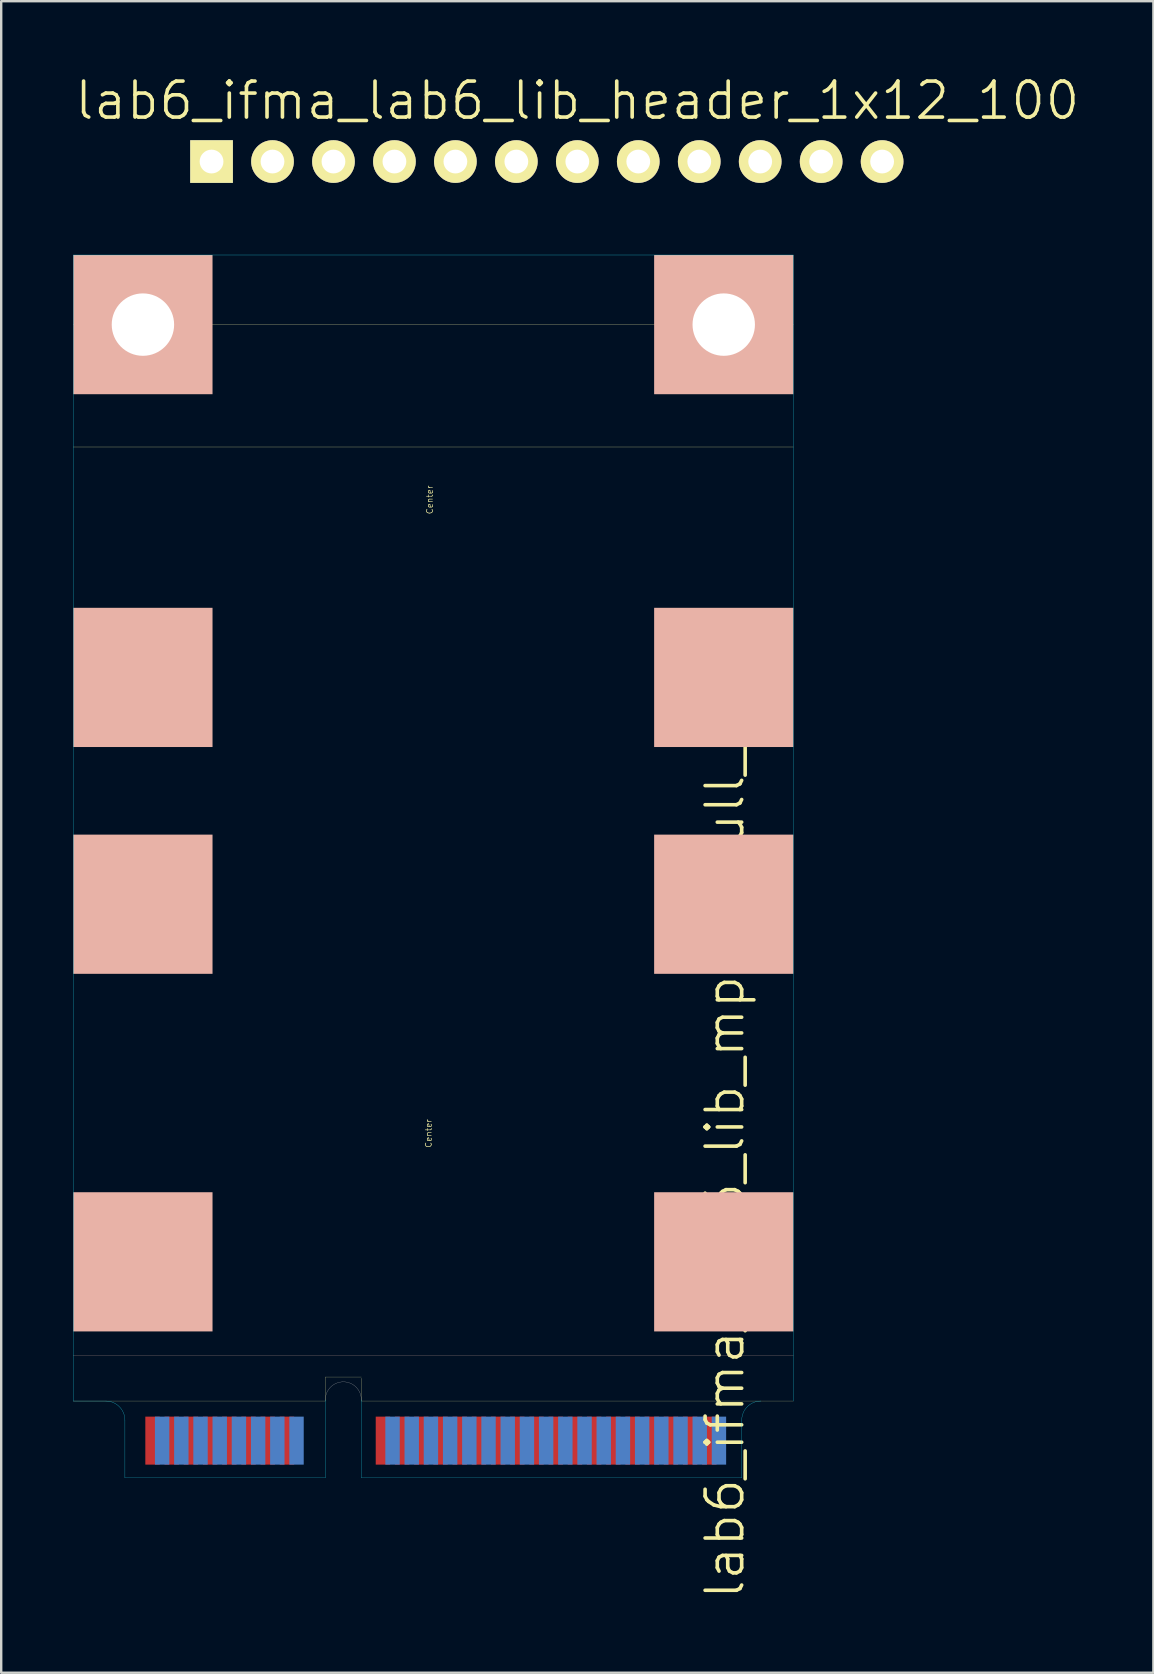
<source format=kicad_pcb>
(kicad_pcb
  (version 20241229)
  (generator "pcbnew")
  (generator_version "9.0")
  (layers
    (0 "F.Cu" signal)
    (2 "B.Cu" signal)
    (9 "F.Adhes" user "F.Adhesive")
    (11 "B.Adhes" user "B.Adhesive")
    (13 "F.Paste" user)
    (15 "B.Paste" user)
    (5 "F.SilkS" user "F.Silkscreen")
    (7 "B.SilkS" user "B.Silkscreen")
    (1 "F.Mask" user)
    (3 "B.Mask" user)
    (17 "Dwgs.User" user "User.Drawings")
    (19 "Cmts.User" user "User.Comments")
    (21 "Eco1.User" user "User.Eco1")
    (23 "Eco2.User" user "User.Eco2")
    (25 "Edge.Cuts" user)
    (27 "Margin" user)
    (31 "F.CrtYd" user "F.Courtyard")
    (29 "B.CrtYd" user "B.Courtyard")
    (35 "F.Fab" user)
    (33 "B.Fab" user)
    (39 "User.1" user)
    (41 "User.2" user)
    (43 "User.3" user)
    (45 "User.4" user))
  (footprint "lab6_ifma_lab6_lib_header_1x12_100"
    (layer "F.Cu")
    (at 5.764 3.681)
    (property "Reference" "lab6_ifma_lab6_lib_header_1x12_100" (at 15.24 -2.54 0) (layer "F.SilkS") (effects (font (size 1.5 1.5) (thickness 0.15))))
    (attr through_hole)
    (pad "1" thru_hole rect (at 0 0) (size 1.778 1.778) (drill 0.991) (layers "*.Cu" "*.Mask" "F.SilkS"))
    (pad "2" thru_hole circle (at 2.54 0) (size 1.778 1.778) (drill 0.991) (layers "*.Cu" "*.Mask" "F.SilkS"))
    (pad "3" thru_hole circle (at 5.08 0) (size 1.778 1.778) (drill 0.991) (layers "*.Cu" "*.Mask" "F.SilkS"))
    (pad "4" thru_hole circle (at 7.62 0) (size 1.778 1.778) (drill 0.991) (layers "*.Cu" "*.Mask" "F.SilkS"))
    (pad "5" thru_hole circle (at 10.16 0) (size 1.778 1.778) (drill 0.991) (layers "*.Cu" "*.Mask" "F.SilkS"))
    (pad "6" thru_hole circle (at 12.7 0) (size 1.778 1.778) (drill 0.991) (layers "*.Cu" "*.Mask" "F.SilkS"))
    (pad "7" thru_hole circle (at 15.24 0) (size 1.778 1.778) (drill 0.991) (layers "*.Cu" "*.Mask" "F.SilkS"))
    (pad "8" thru_hole circle (at 17.78 0) (size 1.778 1.778) (drill 0.991) (layers "*.Cu" "*.Mask" "F.SilkS"))
    (pad "9" thru_hole circle (at 20.32 0) (size 1.778 1.778) (drill 0.991) (layers "*.Cu" "*.Mask" "F.SilkS"))
    (pad "10" thru_hole circle (at 22.86 0) (size 1.778 1.778) (drill 0.991) (layers "*.Cu" "*.Mask" "F.SilkS"))
    (pad "11" thru_hole circle (at 25.4 0) (size 1.778 1.778) (drill 0.991) (layers "*.Cu" "*.Mask" "F.SilkS"))
    (pad "12" thru_hole circle (at 27.94 0) (size 1.778 1.778) (drill 0.991) (layers "*.Cu" "*.Mask" "F.SilkS")))
  (footprint "lab6_ifma_lab6_lib_mpcie_full_card"
    (layer "F.Cu")
    (at 15.005 58.525)
    (property "Reference" "lab6_ifma_lab6_lib_mpcie_full_card" (at 12.15 -15.2 90) (layer "F.SilkS") (effects (font (size 1.524 1.524) (thickness 0.15))))
    (attr through_hole)
    (fp_line (start -15 -3.2) (end -4.5 -3.2) (stroke (width 0.01) (type solid)) (layer "F.SilkS"))
    (fp_line (start -4.5 -4.2) (end -3 -4.2) (stroke (width 0.01) (type solid)) (layer "F.SilkS"))
    (fp_line (start -4.5 -3.2) (end -4.5 -4.2) (stroke (width 0.01) (type solid)) (layer "F.SilkS"))
    (fp_line (start -3 -4.15) (end -3 -3.2) (stroke (width 0.01) (type solid)) (layer "F.SilkS"))
    (fp_line (start -3 -3.2) (end 15 -3.2) (stroke (width 0.01) (type solid)) (layer "F.SilkS"))
    (fp_line (start 15 -48.05) (end -15 -48.05) (stroke (width 0.01) (type solid)) (layer "F.SilkS"))
    (fp_line (start 15 -42.95) (end -15 -42.95) (stroke (width 0.01) (type solid)) (layer "F.SilkS"))
    (fp_line (start -15 -5.1) (end 15 -5.1) (stroke (width 0.01) (type solid)) (layer "B.SilkS"))
    (fp_line (start -3.75 -4.5) (end -3.75 -0.15) (stroke (width 0.01) (type solid)) (layer "Eco1.User"))
    (fp_line (start 0 0) (end 0 -50.95) (stroke (width 0.01) (type solid)) (layer "Eco1.User"))
    (fp_line (start 15 -3.2) (end 13.65 -3.2) (stroke (width 0.01) (type solid)) (layer "Eco2.User"))
    (fp_line (start -15 -50.95) (end -15 -3.2) (stroke (width 0.01) (type solid)) (layer "B.CrtYd"))
    (fp_line (start -13.65 -3.2) (end -15 -3.2) (stroke (width 0.01) (type solid)) (layer "B.CrtYd"))
    (fp_line (start -12.85 0) (end -12.85 -2.4) (stroke (width 0.01) (type solid)) (layer "B.CrtYd"))
    (fp_line (start -4.5 0) (end -12.85 0) (stroke (width 0.01) (type solid)) (layer "B.CrtYd"))
    (fp_line (start -4.5 0) (end -4.5 -3.25) (stroke (width 0.01) (type solid)) (layer "B.CrtYd"))
    (fp_line (start -3 0) (end -3 -3.25) (stroke (width 0.01) (type solid)) (layer "B.CrtYd"))
    (fp_line (start -3 0) (end 12.85 0) (stroke (width 0.01) (type solid)) (layer "B.CrtYd"))
    (fp_line (start 12.85 0) (end 12.85 -2.4) (stroke (width 0.01) (type solid)) (layer "B.CrtYd"))
    (fp_line (start 15 -50.95) (end -15 -50.95) (stroke (width 0.01) (type solid)) (layer "B.CrtYd"))
    (fp_line (start 15 -3.2) (end 15 -50.95) (stroke (width 0.01) (type solid)) (layer "B.CrtYd"))
    (fp_arc (start -13.65 -3.2) (mid -13.084315 -2.965685) (end -12.85 -2.4) (stroke (width 0.01) (type solid)) (layer "B.CrtYd"))
    (fp_arc (start 12.85 -2.4) (mid 13.084315 -2.965685) (end 13.65 -3.2) (stroke (width 0.01) (type solid)) (layer "B.CrtYd"))
    (fp_arc (start -4.5 -3.25) (mid -3.75 -4) (end -3 -3.25) (stroke (width 0.01) (type solid)) (layer "F.Fab"))
    (fp_text user "Center" (at -0.2 -14.35 90) (layer "F.SilkS") (effects (font (size 0.25 0.25) (thickness 0.025))))
    (fp_text user "Center" (at -0.15 -40.75 90) (layer "F.SilkS") (effects (font (size 0.25 0.25) (thickness 0.025))))
    (pad "" np_thru_hole circle (at -12.1 -48.05) (size 2.6 2.6) (drill 2.6) (layers "*.Cu" "*.Mask" "F.SilkS"))
    (pad "" connect rect (at -12.1 -48.05) (size 5.8 5.8) (layers "B.SilkS"))
    (pad "" connect rect (at -12.1 -33.35) (size 5.8 5.8) (layers "B.SilkS"))
    (pad "" connect rect (at -12.1 -23.9) (size 5.8 5.8) (layers "B.SilkS"))
    (pad "" connect rect (at -12.1 -9) (size 5.8 5.8) (layers "B.SilkS"))
    (pad "" np_thru_hole circle (at 12.1 -48.05) (size 2.6 2.6) (drill 2.6) (layers "*.Cu" "*.Mask" "F.SilkS"))
    (pad "" connect rect (at 12.1 -48.05) (size 5.8 5.8) (layers "B.SilkS"))
    (pad "" connect rect (at 12.1 -33.35) (size 5.8 5.8) (layers "B.SilkS"))
    (pad "" connect rect (at 12.1 -23.9) (size 5.8 5.8) (layers "B.SilkS"))
    (pad "" connect rect (at 12.1 -9) (size 5.8 5.8) (layers "B.SilkS"))
    (pad "1" smd rect (at -11.7 -1.55) (size 0.6 2) (layers "F.Cu" "F.Mask" "F.Paste"))
    (pad "2" smd rect (at -11.3 -1.55) (size 0.6 2) (layers "B.Cu" "B.Mask" "B.Paste"))
    (pad "3" smd rect (at -10.9 -1.55) (size 0.6 2) (layers "F.Cu" "F.Mask" "F.Paste"))
    (pad "4" smd rect (at -10.5 -1.55) (size 0.6 2) (layers "B.Cu" "B.Mask" "B.Paste"))
    (pad "5" smd rect (at -10.1 -1.55) (size 0.6 2) (layers "F.Cu" "F.Mask" "F.Paste"))
    (pad "6" smd rect (at -9.7 -1.55) (size 0.6 2) (layers "B.Cu" "B.Mask" "B.Paste"))
    (pad "7" smd rect (at -9.3 -1.55) (size 0.6 2) (layers "F.Cu" "F.Mask" "F.Paste"))
    (pad "8" smd rect (at -8.9 -1.55) (size 0.6 2) (layers "B.Cu" "B.Mask" "B.Paste"))
    (pad "9" smd rect (at -8.5 -1.55) (size 0.6 2) (layers "F.Cu" "F.Mask" "F.Paste"))
    (pad "10" smd rect (at -8.1 -1.55) (size 0.6 2) (layers "B.Cu" "B.Mask" "B.Paste"))
    (pad "11" smd rect (at -7.7 -1.55) (size 0.6 2) (layers "F.Cu" "F.Mask" "F.Paste"))
    (pad "12" smd rect (at -7.3 -1.55) (size 0.6 2) (layers "B.Cu" "B.Mask" "B.Paste"))
    (pad "13" smd rect (at -6.9 -1.55) (size 0.6 2) (layers "F.Cu" "F.Mask" "F.Paste"))
    (pad "14" smd rect (at -6.5 -1.55) (size 0.6 2) (layers "B.Cu" "B.Mask" "B.Paste"))
    (pad "15" smd rect (at -6.1 -1.55) (size 0.6 2) (layers "F.Cu" "F.Mask" "F.Paste"))
    (pad "16" smd rect (at -5.7 -1.55) (size 0.6 2) (layers "B.Cu" "B.Mask" "B.Paste"))
    (pad "17" smd rect (at -2.1 -1.55) (size 0.6 2) (layers "F.Cu" "F.Mask" "F.Paste"))
    (pad "18" smd rect (at -1.7 -1.55) (size 0.6 2) (layers "B.Cu" "B.Mask" "B.Paste"))
    (pad "19" smd rect (at -1.3 -1.55) (size 0.6 2) (layers "F.Cu" "F.Mask" "F.Paste"))
    (pad "20" smd rect (at -0.9 -1.55) (size 0.6 2) (layers "B.Cu" "B.Mask" "B.Paste"))
    (pad "21" smd rect (at -0.5 -1.55) (size 0.6 2) (layers "F.Cu" "F.Mask" "F.Paste"))
    (pad "22" smd rect (at -0.1 -1.55) (size 0.6 2) (layers "B.Cu" "B.Mask" "B.Paste"))
    (pad "23" smd rect (at 0.3 -1.55) (size 0.6 2) (layers "F.Cu" "F.Mask" "F.Paste"))
    (pad "24" smd rect (at 0.7 -1.55) (size 0.6 2) (layers "B.Cu" "B.Mask" "B.Paste"))
    (pad "25" smd rect (at 1.1 -1.55) (size 0.6 2) (layers "F.Cu" "F.Mask" "F.Paste"))
    (pad "26" smd rect (at 1.5 -1.55) (size 0.6 2) (layers "B.Cu" "B.Mask" "B.Paste"))
    (pad "27" smd rect (at 1.9 -1.55) (size 0.6 2) (layers "F.Cu" "F.Mask" "F.Paste"))
    (pad "28" smd rect (at 2.3 -1.55) (size 0.6 2) (layers "B.Cu" "B.Mask" "B.Paste"))
    (pad "29" smd rect (at 2.7 -1.55) (size 0.6 2) (layers "F.Cu" "F.Mask" "F.Paste"))
    (pad "30" smd rect (at 3.1 -1.55) (size 0.6 2) (layers "B.Cu" "B.Mask" "B.Paste"))
    (pad "31" smd rect (at 3.5 -1.55) (size 0.6 2) (layers "F.Cu" "F.Mask" "F.Paste"))
    (pad "32" smd rect (at 3.9 -1.55) (size 0.6 2) (layers "B.Cu" "B.Mask" "B.Paste"))
    (pad "33" smd rect (at 4.3 -1.55) (size 0.6 2) (layers "F.Cu" "F.Mask" "F.Paste"))
    (pad "34" smd rect (at 4.7 -1.55) (size 0.6 2) (layers "B.Cu" "B.Mask" "B.Paste"))
    (pad "35" smd rect (at 5.1 -1.55) (size 0.6 2) (layers "F.Cu" "F.Mask" "F.Paste"))
    (pad "36" smd rect (at 5.5 -1.55) (size 0.6 2) (layers "B.Cu" "B.Mask" "B.Paste"))
    (pad "37" smd rect (at 5.9 -1.55) (size 0.6 2) (layers "F.Cu" "F.Mask" "F.Paste"))
    (pad "38" smd rect (at 6.3 -1.55) (size 0.6 2) (layers "B.Cu" "B.Mask" "B.Paste"))
    (pad "39" smd rect (at 6.7 -1.55) (size 0.6 2) (layers "F.Cu" "F.Mask" "F.Paste"))
    (pad "40" smd rect (at 7.1 -1.55) (size 0.6 2) (layers "B.Cu" "B.Mask" "B.Paste"))
    (pad "41" smd rect (at 7.5 -1.55) (size 0.6 2) (layers "F.Cu" "F.Mask" "F.Paste"))
    (pad "42" smd rect (at 7.9 -1.55) (size 0.6 2) (layers "B.Cu" "B.Mask" "B.Paste"))
    (pad "43" smd rect (at 8.3 -1.55) (size 0.6 2) (layers "F.Cu" "F.Mask" "F.Paste"))
    (pad "44" smd rect (at 8.7 -1.55) (size 0.6 2) (layers "B.Cu" "B.Mask" "B.Paste"))
    (pad "45" smd rect (at 9.1 -1.55) (size 0.6 2) (layers "F.Cu" "F.Mask" "F.Paste"))
    (pad "46" smd rect (at 9.5 -1.55) (size 0.6 2) (layers "B.Cu" "B.Mask" "B.Paste"))
    (pad "47" smd rect (at 9.9 -1.55) (size 0.6 2) (layers "F.Cu" "F.Mask" "F.Paste"))
    (pad "48" smd rect (at 10.3 -1.55) (size 0.6 2) (layers "B.Cu" "B.Mask" "B.Paste"))
    (pad "49" smd rect (at 10.7 -1.55) (size 0.6 2) (layers "F.Cu" "F.Mask" "F.Paste"))
    (pad "50" smd rect (at 11.1 -1.55) (size 0.6 2) (layers "B.Cu" "B.Mask" "B.Paste"))
    (pad "51" smd rect (at 11.5 -1.55) (size 0.6 2) (layers "F.Cu" "F.Mask" "F.Paste"))
    (pad "52" smd rect (at 11.9 -1.55) (size 0.6 2) (layers "B.Cu" "B.Mask" "B.Paste")))
  (gr_rect
    (start -3 -3)
    (end 45.007 66.645)
    (stroke (width 0.1) (type default))
    (fill no)
    (layer "Edge.Cuts")))
</source>
